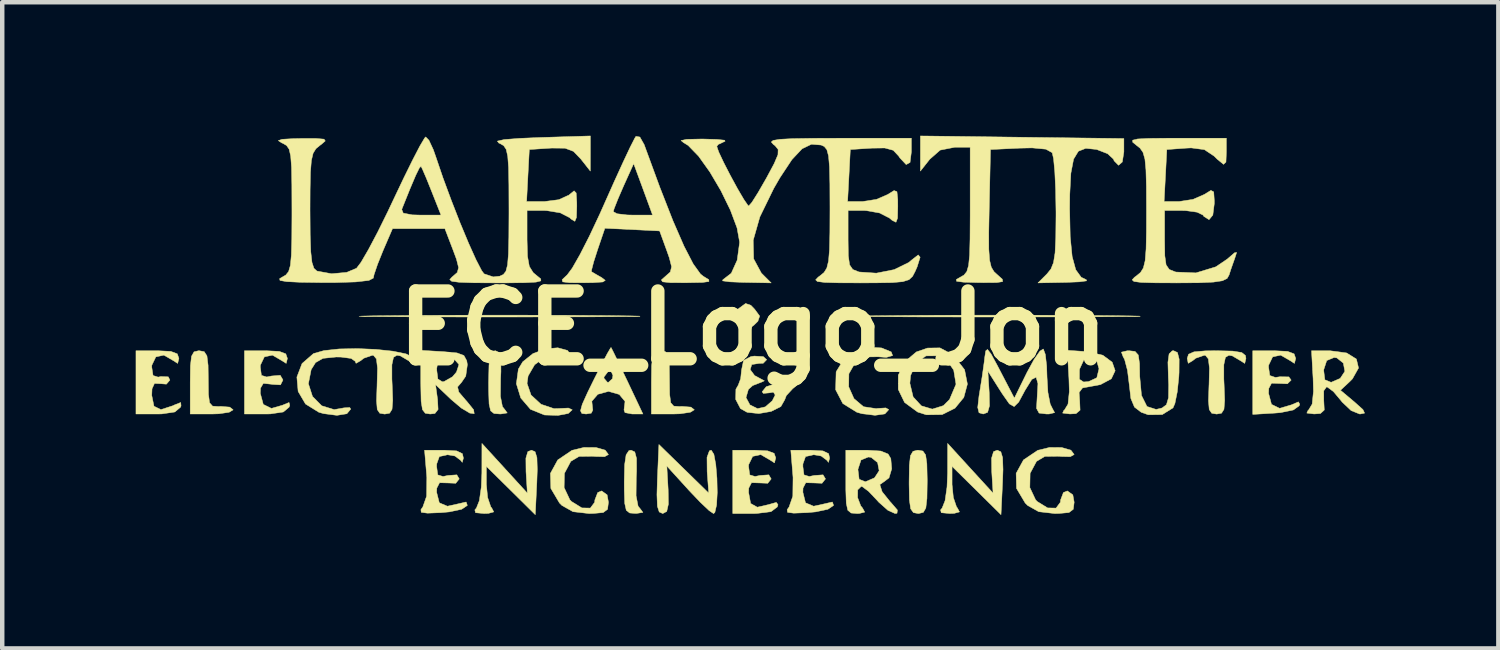
<source format=kicad_pcb>
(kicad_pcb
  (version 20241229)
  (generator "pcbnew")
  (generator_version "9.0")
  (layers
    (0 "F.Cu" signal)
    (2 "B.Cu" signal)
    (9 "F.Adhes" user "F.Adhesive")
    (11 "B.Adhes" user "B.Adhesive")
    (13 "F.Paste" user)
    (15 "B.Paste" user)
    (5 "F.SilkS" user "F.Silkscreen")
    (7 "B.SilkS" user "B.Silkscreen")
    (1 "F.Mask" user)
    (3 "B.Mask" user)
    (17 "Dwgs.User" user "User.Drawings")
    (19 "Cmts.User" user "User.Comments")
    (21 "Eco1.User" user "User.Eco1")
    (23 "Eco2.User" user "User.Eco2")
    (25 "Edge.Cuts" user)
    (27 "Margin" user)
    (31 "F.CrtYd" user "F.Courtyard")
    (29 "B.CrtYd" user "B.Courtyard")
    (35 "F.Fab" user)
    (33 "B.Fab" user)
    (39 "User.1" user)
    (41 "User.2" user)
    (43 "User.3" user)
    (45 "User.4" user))
  (footprint "ECE_Logo_Jon"
    (layer "F.Cu")
    (at 13.873 4.323)
    (property "Reference" "ECE_Logo_Jon" (at 0 0 0) (layer "F.SilkS") (effects (font (size 1.524 1.524) (thickness 0.3))))
    (attr through_hole)
    (fp_poly (pts (xy -0.052 -0.514) (xy 0.035 -0.424) (xy 0.147 -0.271) (xy 0.107 -0.154) (xy 0.017 -0.066) (xy -0.136 0.046) (xy -0.253 0.006) (xy -0.34 -0.084) (xy -0.452 -0.237) (xy -0.412 -0.354) (xy -0.322 -0.442) (xy -0.169 -0.554) (xy -0.052 -0.514)) (stroke (width 0.01) (type solid)) (fill yes) (layer "F.SilkS"))
    (fp_poly (pts (xy -5.707 0.547) (xy -5.668 0.69) (xy -5.667 0.98) (xy -5.674 1.131) (xy -5.678 1.532) (xy -5.633 1.764) (xy -5.572 1.841) (xy -5.525 1.906) (xy -5.668 1.929) (xy -5.69 1.929) (xy -5.822 1.919) (xy -5.898 1.859) (xy -5.933 1.704) (xy -5.943 1.41) (xy -5.944 1.219) (xy -5.935 0.833) (xy -5.902 0.612) (xy -5.839 0.518) (xy -5.791 0.508) (xy -5.707 0.547)) (stroke (width 0.01) (type solid)) (fill yes) (layer "F.SilkS"))
    (fp_poly (pts (xy -2.659 2.782) (xy -2.62 2.926) (xy -2.619 3.215) (xy -2.626 3.366) (xy -2.63 3.767) (xy -2.585 4) (xy -2.524 4.076) (xy -2.477 4.141) (xy -2.62 4.164) (xy -2.642 4.164) (xy -2.774 4.154) (xy -2.85 4.094) (xy -2.885 3.939) (xy -2.895 3.645) (xy -2.896 3.454) (xy -2.887 3.068) (xy -2.854 2.847) (xy -2.791 2.753) (xy -2.743 2.743) (xy -2.659 2.782)) (stroke (width 0.01) (type solid)) (fill yes) (layer "F.SilkS"))
    (fp_poly (pts (xy 3.815 2.762) (xy 3.876 2.849) (xy 3.904 3.046) (xy 3.912 3.398) (xy 3.912 3.454) (xy 3.906 3.828) (xy 3.881 4.042) (xy 3.825 4.14) (xy 3.725 4.165) (xy 3.708 4.166) (xy 3.602 4.146) (xy 3.54 4.06) (xy 3.512 3.863) (xy 3.505 3.511) (xy 3.505 3.454) (xy 3.511 3.081) (xy 3.535 2.867) (xy 3.592 2.769) (xy 3.692 2.743) (xy 3.708 2.743) (xy 3.815 2.762)) (stroke (width 0.01) (type solid)) (fill yes) (layer "F.SilkS"))
    (fp_poly (pts (xy -12.334 0.529) (xy -12.273 0.624) (xy -12.247 0.837) (xy -12.243 1.143) (xy -12.239 1.489) (xy -12.214 1.677) (xy -12.147 1.753) (xy -12.017 1.762) (xy -11.963 1.759) (xy -11.761 1.775) (xy -11.684 1.835) (xy -11.775 1.891) (xy -12.007 1.925) (xy -12.167 1.93) (xy -12.649 1.93) (xy -12.649 1.219) (xy -12.644 0.845) (xy -12.619 0.631) (xy -12.563 0.533) (xy -12.462 0.508) (xy -12.446 0.508) (xy -12.334 0.529)) (stroke (width 0.01) (type solid)) (fill yes) (layer "F.SilkS"))
    (fp_poly (pts (xy -1.971 0.529) (xy -1.91 0.624) (xy -1.884 0.837) (xy -1.88 1.143) (xy -1.876 1.489) (xy -1.851 1.677) (xy -1.783 1.753) (xy -1.653 1.762) (xy -1.6 1.759) (xy -1.398 1.775) (xy -1.321 1.835) (xy -1.412 1.891) (xy -1.644 1.925) (xy -1.803 1.93) (xy -2.286 1.93) (xy -2.286 1.219) (xy -2.281 0.845) (xy -2.256 0.631) (xy -2.199 0.533) (xy -2.099 0.508) (xy -2.083 0.508) (xy -1.971 0.529)) (stroke (width 0.01) (type solid)) (fill yes) (layer "F.SilkS"))
    (fp_poly (pts (xy -4.183 -0.288) (xy -3.249 -0.281) (xy -3.124 -0.279) (xy -2.738 -0.274) (xy -2.547 -0.269) (xy -2.543 -0.264) (xy -2.717 -0.26) (xy -3.062 -0.257) (xy -3.57 -0.254) (xy -4.231 -0.252) (xy -5.039 -0.251) (xy -5.69 -0.25) (xy -6.595 -0.251) (xy -7.36 -0.252) (xy -7.977 -0.255) (xy -8.437 -0.258) (xy -8.732 -0.261) (xy -8.854 -0.266) (xy -8.795 -0.27) (xy -8.547 -0.276) (xy -8.255 -0.279) (xy -7.345 -0.287) (xy -6.31 -0.291) (xy -5.23 -0.291) (xy -4.183 -0.288)) (stroke (width 0.01) (type solid)) (fill yes) (layer "F.SilkS"))
    (fp_poly (pts (xy 6.983 -0.288) (xy 7.932 -0.281) (xy 8.103 -0.279) (xy 8.493 -0.274) (xy 8.689 -0.269) (xy 8.698 -0.264) (xy 8.528 -0.26) (xy 8.187 -0.257) (xy 7.683 -0.254) (xy 7.025 -0.252) (xy 6.22 -0.251) (xy 5.486 -0.25) (xy 4.572 -0.251) (xy 3.797 -0.252) (xy 3.17 -0.255) (xy 2.7 -0.258) (xy 2.395 -0.261) (xy 2.261 -0.265) (xy 2.309 -0.27) (xy 2.545 -0.275) (xy 2.87 -0.279) (xy 3.789 -0.287) (xy 4.833 -0.291) (xy 5.923 -0.291) (xy 6.983 -0.288)) (stroke (width 0.01) (type solid)) (fill yes) (layer "F.SilkS"))
    (fp_poly (pts (xy 2.885 0.445) (xy 3.103 0.534) (xy 3.135 0.617) (xy 2.992 0.658) (xy 2.812 0.644) (xy 2.49 0.648) (xy 2.304 0.759) (xy 2.152 1.025) (xy 2.148 1.319) (xy 2.266 1.584) (xy 2.481 1.766) (xy 2.766 1.809) (xy 2.79 1.805) (xy 2.981 1.793) (xy 3.048 1.831) (xy 2.961 1.927) (xy 2.74 1.959) (xy 2.447 1.923) (xy 2.332 1.891) (xy 2.016 1.695) (xy 1.854 1.384) (xy 1.865 0.989) (xy 1.868 0.977) (xy 2.024 0.722) (xy 2.309 0.527) (xy 2.647 0.431) (xy 2.885 0.445)) (stroke (width 0.01) (type solid)) (fill yes) (layer "F.SilkS"))
    (fp_poly (pts (xy -5.583 3.15) (xy -5.073 3.708) (xy -5.103 3.226) (xy -5.106 2.922) (xy -5.062 2.775) (xy -4.979 2.743) (xy -4.899 2.778) (xy -4.858 2.91) (xy -4.85 3.177) (xy -4.86 3.467) (xy -4.895 4.192) (xy -5.444 3.649) (xy -5.994 3.106) (xy -5.994 3.514) (xy -5.966 3.805) (xy -5.895 4.015) (xy -5.872 4.044) (xy -5.828 4.13) (xy -5.949 4.163) (xy -6.045 4.166) (xy -6.237 4.148) (xy -6.253 4.085) (xy -6.218 4.044) (xy -6.152 3.878) (xy -6.108 3.57) (xy -6.095 3.256) (xy -6.094 2.591) (xy -5.583 3.15)) (stroke (width 0.01) (type solid)) (fill yes) (layer "F.SilkS"))
    (fp_poly (pts (xy 4.881 3.15) (xy 5.392 3.708) (xy 5.362 3.226) (xy 5.358 2.922) (xy 5.403 2.775) (xy 5.486 2.743) (xy 5.566 2.778) (xy 5.606 2.91) (xy 5.615 3.177) (xy 5.605 3.467) (xy 5.57 4.192) (xy 5.02 3.649) (xy 4.47 3.106) (xy 4.47 3.514) (xy 4.499 3.805) (xy 4.57 4.015) (xy 4.592 4.044) (xy 4.637 4.13) (xy 4.516 4.163) (xy 4.42 4.166) (xy 4.228 4.148) (xy 4.212 4.085) (xy 4.247 4.044) (xy 4.313 3.878) (xy 4.357 3.57) (xy 4.37 3.256) (xy 4.371 2.591) (xy 4.881 3.15)) (stroke (width 0.01) (type solid)) (fill yes) (layer "F.SilkS"))
    (fp_poly (pts (xy -4.169 0.502) (xy -4.066 0.653) (xy -4.064 0.683) (xy -4.092 0.793) (xy -4.186 0.732) (xy -4.419 0.618) (xy -4.679 0.659) (xy -4.909 0.822) (xy -5.056 1.075) (xy -5.08 1.242) (xy -4.99 1.504) (xy -4.766 1.711) (xy -4.476 1.809) (xy -4.359 1.806) (xy -4.15 1.796) (xy -4.064 1.835) (xy -4.154 1.918) (xy -4.383 1.961) (xy -4.687 1.952) (xy -4.688 1.952) (xy -5.002 1.825) (xy -5.221 1.57) (xy -5.32 1.249) (xy -5.275 0.921) (xy -5.177 0.757) (xy -4.948 0.573) (xy -4.666 0.466) (xy -4.388 0.442) (xy -4.169 0.502)) (stroke (width 0.01) (type solid)) (fill yes) (layer "F.SilkS"))
    (fp_poly (pts (xy -1.557 3.161) (xy -0.997 3.708) (xy -1.033 3.226) (xy -1.036 2.904) (xy -0.983 2.758) (xy -0.941 2.743) (xy -0.882 2.834) (xy -0.839 3.064) (xy -0.813 3.372) (xy -0.806 3.696) (xy -0.821 3.974) (xy -0.86 4.143) (xy -0.889 4.168) (xy -0.99 4.099) (xy -1.185 3.915) (xy -1.432 3.656) (xy -1.452 3.634) (xy -1.939 3.099) (xy -1.909 3.632) (xy -1.904 3.955) (xy -1.941 4.119) (xy -2.029 4.166) (xy -2.032 4.166) (xy -2.11 4.131) (xy -2.151 4.003) (xy -2.161 3.742) (xy -2.151 3.39) (xy -2.117 2.615) (xy -1.557 3.161)) (stroke (width 0.01) (type solid)) (fill yes) (layer "F.SilkS"))
    (fp_poly (pts (xy 0.327 2.758) (xy 0.472 2.813) (xy 0.508 2.916) (xy 0.48 3.028) (xy 0.386 2.967) (xy 0.172 2.842) (xy -0.01 2.882) (xy -0.1 3.067) (xy -0.102 3.11) (xy -0.076 3.298) (xy 0.043 3.334) (xy 0.152 3.311) (xy 0.352 3.297) (xy 0.406 3.388) (xy 0.329 3.486) (xy 0.152 3.479) (xy -0.036 3.473) (xy -0.098 3.594) (xy -0.102 3.691) (xy -0.056 3.94) (xy 0.094 4.024) (xy 0.342 3.967) (xy 0.521 3.916) (xy 0.559 3.968) (xy 0.543 4.018) (xy 0.402 4.124) (xy 0.078 4.165) (xy 0.015 4.166) (xy -0.457 4.166) (xy -0.457 2.743) (xy 0.025 2.743) (xy 0.327 2.758)) (stroke (width 0.01) (type solid)) (fill yes) (layer "F.SilkS"))
    (fp_poly (pts (xy 12.011 0.523) (xy 12.156 0.578) (xy 12.192 0.681) (xy 12.164 0.793) (xy 12.07 0.732) (xy 11.855 0.607) (xy 11.674 0.646) (xy 11.584 0.833) (xy 11.582 0.875) (xy 11.61 1.065) (xy 11.735 1.108) (xy 11.836 1.093) (xy 12.038 1.096) (xy 12.09 1.168) (xy 12.006 1.251) (xy 11.836 1.244) (xy 11.65 1.237) (xy 11.587 1.355) (xy 11.582 1.465) (xy 11.648 1.713) (xy 11.83 1.802) (xy 12.094 1.725) (xy 12.253 1.657) (xy 12.282 1.707) (xy 12.272 1.743) (xy 12.142 1.838) (xy 11.85 1.899) (xy 11.727 1.909) (xy 11.227 1.939) (xy 11.227 0.508) (xy 11.709 0.508) (xy 12.011 0.523)) (stroke (width 0.01) (type solid)) (fill yes) (layer "F.SilkS"))
    (fp_poly (pts (xy -13.084 0.523) (xy -12.939 0.578) (xy -12.903 0.681) (xy -12.931 0.793) (xy -13.025 0.732) (xy -13.24 0.607) (xy -13.421 0.646) (xy -13.511 0.833) (xy -13.513 0.875) (xy -13.484 1.065) (xy -13.369 1.101) (xy -13.31 1.088) (xy -13.141 1.095) (xy -13.106 1.168) (xy -13.184 1.259) (xy -13.31 1.249) (xy -13.452 1.243) (xy -13.507 1.363) (xy -13.513 1.512) (xy -13.463 1.755) (xy -13.307 1.831) (xy -13.036 1.743) (xy -13 1.725) (xy -12.862 1.671) (xy -12.855 1.747) (xy -12.866 1.776) (xy -12.994 1.884) (xy -13.287 1.928) (xy -13.397 1.93) (xy -13.868 1.93) (xy -13.868 0.508) (xy -13.386 0.508) (xy -13.084 0.523)) (stroke (width 0.01) (type solid)) (fill yes) (layer "F.SilkS"))
    (fp_poly (pts (xy -3.53 2.683) (xy -3.323 2.743) (xy -3.251 2.84) (xy -3.338 2.889) (xy -3.552 2.884) (xy -3.589 2.879) (xy -3.911 2.883) (xy -4.097 2.994) (xy -4.24 3.263) (xy -4.247 3.583) (xy -4.117 3.859) (xy -4.081 3.896) (xy -3.848 4.04) (xy -3.658 4.044) (xy -3.56 3.912) (xy -3.556 3.861) (xy -3.492 3.695) (xy -3.404 3.658) (xy -3.281 3.746) (xy -3.251 3.912) (xy -3.271 4.071) (xy -3.368 4.144) (xy -3.597 4.165) (xy -3.691 4.166) (xy -4.047 4.125) (xy -4.296 3.985) (xy -4.351 3.93) (xy -4.545 3.602) (xy -4.555 3.264) (xy -4.39 2.962) (xy -4.07 2.746) (xy -3.802 2.681) (xy -3.53 2.683)) (stroke (width 0.01) (type solid)) (fill yes) (layer "F.SilkS"))
    (fp_poly (pts (xy 4.452 0.578) (xy 4.522 0.635) (xy 4.752 0.936) (xy 4.815 1.257) (xy 4.734 1.558) (xy 4.536 1.799) (xy 4.247 1.943) (xy 3.893 1.948) (xy 3.698 1.886) (xy 3.403 1.67) (xy 3.261 1.377) (xy 3.261 1.239) (xy 3.522 1.239) (xy 3.596 1.546) (xy 3.781 1.747) (xy 4.026 1.82) (xy 4.275 1.742) (xy 4.414 1.603) (xy 4.559 1.261) (xy 4.507 0.943) (xy 4.404 0.795) (xy 4.145 0.622) (xy 3.885 0.624) (xy 3.668 0.778) (xy 3.539 1.063) (xy 3.522 1.239) (xy 3.261 1.239) (xy 3.262 1.058) (xy 3.401 0.761) (xy 3.668 0.535) (xy 3.92 0.448) (xy 4.198 0.444) (xy 4.452 0.578)) (stroke (width 0.01) (type solid)) (fill yes) (layer "F.SilkS"))
    (fp_poly (pts (xy 6.935 2.683) (xy 7.141 2.743) (xy 7.214 2.84) (xy 7.126 2.889) (xy 6.913 2.884) (xy 6.876 2.879) (xy 6.554 2.883) (xy 6.368 2.994) (xy 6.224 3.263) (xy 6.218 3.583) (xy 6.348 3.859) (xy 6.383 3.896) (xy 6.617 4.04) (xy 6.807 4.044) (xy 6.905 3.912) (xy 6.909 3.861) (xy 6.972 3.695) (xy 7.061 3.658) (xy 7.184 3.746) (xy 7.214 3.912) (xy 7.194 4.071) (xy 7.097 4.144) (xy 6.868 4.165) (xy 6.774 4.166) (xy 6.418 4.125) (xy 6.169 3.985) (xy 6.114 3.93) (xy 5.919 3.602) (xy 5.91 3.264) (xy 6.075 2.962) (xy 6.395 2.746) (xy 6.662 2.681) (xy 6.935 2.683)) (stroke (width 0.01) (type solid)) (fill yes) (layer "F.SilkS"))
    (fp_poly (pts (xy -10.646 0.523) (xy -10.501 0.578) (xy -10.465 0.681) (xy -10.492 0.793) (xy -10.587 0.732) (xy -10.801 0.607) (xy -10.983 0.646) (xy -11.072 0.832) (xy -11.074 0.875) (xy -11.049 1.062) (xy -10.93 1.098) (xy -10.82 1.076) (xy -10.626 1.06) (xy -10.567 1.16) (xy -10.566 1.168) (xy -10.62 1.275) (xy -10.807 1.264) (xy -10.82 1.261) (xy -11.006 1.241) (xy -11.069 1.348) (xy -11.074 1.465) (xy -11.007 1.714) (xy -10.824 1.804) (xy -10.577 1.733) (xy -10.428 1.671) (xy -10.412 1.733) (xy -10.427 1.776) (xy -10.556 1.884) (xy -10.849 1.928) (xy -10.958 1.93) (xy -11.43 1.93) (xy -11.43 0.508) (xy -10.947 0.508) (xy -10.646 0.523)) (stroke (width 0.01) (type solid)) (fill yes) (layer "F.SilkS"))
    (fp_poly (pts (xy 7.508 0.529) (xy 7.858 0.609) (xy 8.069 0.766) (xy 8.135 0.957) (xy 8.049 1.139) (xy 7.804 1.27) (xy 7.625 1.303) (xy 7.401 1.344) (xy 7.325 1.446) (xy 7.338 1.633) (xy 7.347 1.843) (xy 7.256 1.921) (xy 7.12 1.929) (xy 6.955 1.909) (xy 6.982 1.849) (xy 6.995 1.841) (xy 7.076 1.708) (xy 7.105 1.426) (xy 7.097 1.15) (xy 7.332 1.15) (xy 7.425 1.21) (xy 7.536 1.202) (xy 7.723 1.116) (xy 7.772 0.914) (xy 7.713 0.707) (xy 7.578 0.642) (xy 7.431 0.714) (xy 7.337 0.918) (xy 7.333 0.948) (xy 7.332 1.15) (xy 7.097 1.15) (xy 7.096 1.126) (xy 7.061 0.499) (xy 7.508 0.529)) (stroke (width 0.01) (type solid)) (fill yes) (layer "F.SilkS"))
    (fp_poly (pts (xy 10.776 0.516) (xy 10.979 0.548) (xy 11.063 0.615) (xy 11.074 0.681) (xy 11.047 0.793) (xy 10.952 0.732) (xy 10.767 0.623) (xy 10.69 0.61) (xy 10.613 0.657) (xy 10.577 0.823) (xy 10.577 1.144) (xy 10.583 1.27) (xy 10.596 1.626) (xy 10.58 1.825) (xy 10.525 1.912) (xy 10.418 1.931) (xy 10.414 1.931) (xy 10.305 1.913) (xy 10.249 1.829) (xy 10.232 1.634) (xy 10.244 1.283) (xy 10.245 1.27) (xy 10.254 0.898) (xy 10.229 0.691) (xy 10.165 0.613) (xy 10.138 0.61) (xy 9.946 0.676) (xy 9.876 0.732) (xy 9.777 0.791) (xy 9.754 0.681) (xy 9.785 0.586) (xy 9.907 0.533) (xy 10.162 0.511) (xy 10.414 0.508) (xy 10.776 0.516)) (stroke (width 0.01) (type solid)) (fill yes) (layer "F.SilkS"))
    (fp_poly (pts (xy 9.535 0.548) (xy 9.573 0.697) (xy 9.571 0.996) (xy 9.566 1.092) (xy 9.531 1.431) (xy 9.478 1.693) (xy 9.435 1.792) (xy 9.193 1.943) (xy 8.878 1.947) (xy 8.721 1.891) (xy 8.569 1.775) (xy 8.488 1.581) (xy 8.452 1.27) (xy 8.412 0.95) (xy 8.348 0.706) (xy 8.312 0.638) (xy 8.276 0.54) (xy 8.411 0.508) (xy 8.446 0.508) (xy 8.583 0.524) (xy 8.655 0.604) (xy 8.683 0.797) (xy 8.687 1.08) (xy 8.727 1.513) (xy 8.85 1.761) (xy 9.056 1.827) (xy 9.19 1.794) (xy 9.288 1.72) (xy 9.334 1.564) (xy 9.338 1.276) (xy 9.331 1.117) (xy 9.321 0.768) (xy 9.347 0.58) (xy 9.416 0.511) (xy 9.449 0.508) (xy 9.535 0.548)) (stroke (width 0.01) (type solid)) (fill yes) (layer "F.SilkS"))
    (fp_poly (pts (xy -6.661 2.759) (xy -6.533 2.821) (xy -6.51 2.921) (xy -6.536 3.017) (xy -6.57 2.972) (xy -6.7 2.874) (xy -6.866 2.845) (xy -7.051 2.886) (xy -7.11 3.051) (xy -7.112 3.11) (xy -7.086 3.298) (xy -6.968 3.334) (xy -6.858 3.311) (xy -6.658 3.297) (xy -6.604 3.388) (xy -6.682 3.486) (xy -6.858 3.479) (xy -7.046 3.474) (xy -7.108 3.595) (xy -7.112 3.688) (xy -7.052 3.925) (xy -6.869 4.002) (xy -6.621 3.947) (xy -6.449 3.907) (xy -6.423 3.979) (xy -6.425 3.987) (xy -6.549 4.07) (xy -6.825 4.129) (xy -7.01 4.146) (xy -7.317 4.158) (xy -7.457 4.139) (xy -7.465 4.079) (xy -7.422 4.019) (xy -7.337 3.777) (xy -7.332 3.356) (xy -7.336 3.302) (xy -7.383 2.743) (xy -6.943 2.743) (xy -6.661 2.759)) (stroke (width 0.01) (type solid)) (fill yes) (layer "F.SilkS"))
    (fp_poly (pts (xy -3.143 0.531) (xy -3.029 0.765) (xy -2.873 1.092) (xy -2.824 1.194) (xy -2.476 1.93) (xy -2.717 1.93) (xy -2.879 1.899) (xy -2.901 1.838) (xy -2.878 1.647) (xy -3.008 1.49) (xy -3.245 1.422) (xy -3.251 1.422) (xy -3.49 1.487) (xy -3.624 1.643) (xy -3.604 1.834) (xy -3.601 1.838) (xy -3.637 1.911) (xy -3.752 1.93) (xy -3.848 1.918) (xy -3.879 1.857) (xy -3.839 1.711) (xy -3.719 1.445) (xy -3.585 1.172) (xy -3.561 1.124) (xy -3.353 1.124) (xy -3.275 1.216) (xy -3.251 1.219) (xy -3.162 1.137) (xy -3.15 1.061) (xy -3.199 0.956) (xy -3.251 0.965) (xy -3.349 1.095) (xy -3.353 1.124) (xy -3.561 1.124) (xy -3.412 0.829) (xy -3.277 0.572) (xy -3.201 0.443) (xy -3.192 0.435) (xy -3.143 0.531)) (stroke (width 0.01) (type solid)) (fill yes) (layer "F.SilkS"))
    (fp_poly (pts (xy 1.569 2.759) (xy 1.697 2.821) (xy 1.719 2.921) (xy 1.693 3.017) (xy 1.66 2.972) (xy 1.53 2.874) (xy 1.363 2.845) (xy 1.178 2.886) (xy 1.119 3.051) (xy 1.118 3.11) (xy 1.143 3.298) (xy 1.262 3.334) (xy 1.372 3.311) (xy 1.571 3.297) (xy 1.626 3.388) (xy 1.548 3.486) (xy 1.372 3.479) (xy 1.183 3.474) (xy 1.121 3.595) (xy 1.118 3.688) (xy 1.177 3.925) (xy 1.36 4.002) (xy 1.609 3.947) (xy 1.781 3.907) (xy 1.807 3.979) (xy 1.804 3.987) (xy 1.681 4.07) (xy 1.404 4.129) (xy 1.219 4.146) (xy 0.912 4.158) (xy 0.773 4.139) (xy 0.765 4.079) (xy 0.808 4.019) (xy 0.892 3.777) (xy 0.897 3.356) (xy 0.893 3.302) (xy 0.847 2.743) (xy 1.287 2.743) (xy 1.569 2.759)) (stroke (width 0.01) (type solid)) (fill yes) (layer "F.SilkS"))
    (fp_poly (pts (xy -6.96 0.529) (xy -6.655 0.557) (xy -6.499 0.615) (xy -6.435 0.733) (xy -6.421 0.821) (xy -6.457 1.078) (xy -6.552 1.218) (xy -6.641 1.321) (xy -6.614 1.436) (xy -6.455 1.622) (xy -6.437 1.641) (xy -6.28 1.835) (xy -6.267 1.923) (xy -6.369 1.909) (xy -6.557 1.796) (xy -6.789 1.6) (xy -7.136 1.27) (xy -7.091 1.6) (xy -7.079 1.828) (xy -7.15 1.918) (xy -7.257 1.93) (xy -7.367 1.913) (xy -7.43 1.832) (xy -7.46 1.644) (xy -7.467 1.306) (xy -7.468 1.215) (xy -7.468 0.922) (xy -7.112 0.922) (xy -7.084 1.143) (xy -6.984 1.206) (xy -6.945 1.201) (xy -6.755 1.093) (xy -6.666 0.988) (xy -6.61 0.818) (xy -6.706 0.71) (xy -6.94 0.614) (xy -7.074 0.695) (xy -7.112 0.922) (xy -7.468 0.922) (xy -7.468 0.499) (xy -6.96 0.529)) (stroke (width 0.01) (type solid)) (fill yes) (layer "F.SilkS"))
    (fp_poly (pts (xy 12.959 0.508) (xy 13.336 0.558) (xy 13.556 0.695) (xy 13.604 0.896) (xy 13.467 1.14) (xy 13.406 1.202) (xy 13.198 1.396) (xy 13.516 1.663) (xy 13.703 1.831) (xy 13.74 1.91) (xy 13.643 1.93) (xy 13.629 1.93) (xy 13.438 1.853) (xy 13.235 1.661) (xy 13.208 1.626) (xy 13.039 1.425) (xy 12.902 1.324) (xy 12.885 1.321) (xy 12.822 1.408) (xy 12.823 1.624) (xy 12.823 1.626) (xy 12.834 1.84) (xy 12.748 1.919) (xy 12.606 1.929) (xy 12.442 1.909) (xy 12.469 1.849) (xy 12.481 1.841) (xy 12.562 1.707) (xy 12.591 1.424) (xy 12.583 1.131) (xy 12.572 0.94) (xy 12.82 0.94) (xy 12.847 1.161) (xy 12.988 1.218) (xy 13.193 1.129) (xy 13.297 0.97) (xy 13.262 0.786) (xy 13.117 0.669) (xy 13.054 0.66) (xy 12.889 0.729) (xy 12.82 0.94) (xy 12.572 0.94) (xy 12.548 0.508) (xy 12.959 0.508)) (stroke (width 0.01) (type solid)) (fill yes) (layer "F.SilkS"))
    (fp_poly (pts (xy 0.229 0.64) (xy 0.305 0.709) (xy 0.225 0.791) (xy 0.138 0.792) (xy -0.03 0.818) (xy -0.066 0.932) (xy 0.034 1.066) (xy 0.118 1.111) (xy 0.253 1.184) (xy 0.191 1.213) (xy 0.19 1.213) (xy -0.01 1.291) (xy -0.106 1.377) (xy -0.16 1.56) (xy -0.072 1.724) (xy 0.099 1.809) (xy 0.275 1.769) (xy 0.431 1.632) (xy 0.496 1.503) (xy 0.455 1.438) (xy 0.369 1.454) (xy 0.23 1.467) (xy 0.203 1.43) (xy 0.295 1.316) (xy 0.535 1.241) (xy 0.796 1.222) (xy 0.977 1.235) (xy 0.977 1.288) (xy 0.889 1.361) (xy 0.746 1.516) (xy 0.711 1.608) (xy 0.623 1.763) (xy 0.405 1.872) (xy 0.129 1.92) (xy -0.134 1.892) (xy -0.284 1.808) (xy -0.392 1.601) (xy -0.387 1.373) (xy -0.335 1.283) (xy -0.28 1.137) (xy -0.259 0.936) (xy -0.215 0.726) (xy -0.051 0.64) (xy 0.025 0.628) (xy 0.229 0.64)) (stroke (width 0.01) (type solid)) (fill yes) (layer "F.SilkS"))
    (fp_poly (pts (xy 6.566 0.59) (xy 6.596 0.852) (xy 6.604 1.103) (xy 6.624 1.443) (xy 6.676 1.707) (xy 6.726 1.808) (xy 6.775 1.899) (xy 6.652 1.929) (xy 6.594 1.93) (xy 6.425 1.909) (xy 6.368 1.803) (xy 6.381 1.581) (xy 6.4 1.246) (xy 6.359 1.103) (xy 6.262 1.152) (xy 6.111 1.396) (xy 6.105 1.407) (xy 5.967 1.663) (xy 5.866 1.763) (xy 5.758 1.702) (xy 5.6 1.477) (xy 5.517 1.347) (xy 5.275 0.965) (xy 5.305 1.448) (xy 5.311 1.747) (xy 5.269 1.893) (xy 5.171 1.93) (xy 5.076 1.902) (xy 5.047 1.783) (xy 5.076 1.526) (xy 5.089 1.448) (xy 5.147 1.085) (xy 5.194 0.751) (xy 5.204 0.66) (xy 5.227 0.511) (xy 5.267 0.479) (xy 5.348 0.583) (xy 5.49 0.844) (xy 5.553 0.965) (xy 5.87 1.574) (xy 6.154 0.996) (xy 6.312 0.706) (xy 6.445 0.516) (xy 6.521 0.469) (xy 6.566 0.59)) (stroke (width 0.01) (type solid)) (fill yes) (layer "F.SilkS"))
    (fp_poly (pts (xy 2.87 2.762) (xy 3.034 2.83) (xy 3.094 2.932) (xy 3.114 3.162) (xy 3.053 3.365) (xy 2.938 3.454) (xy 2.936 3.454) (xy 2.847 3.516) (xy 2.899 3.677) (xy 3.08 3.902) (xy 3.094 3.916) (xy 3.242 4.088) (xy 3.233 4.16) (xy 3.189 4.166) (xy 3.028 4.093) (xy 2.825 3.913) (xy 2.778 3.861) (xy 2.593 3.666) (xy 2.451 3.561) (xy 2.429 3.556) (xy 2.35 3.634) (xy 2.348 3.809) (xy 2.419 3.994) (xy 2.459 4.044) (xy 2.508 4.134) (xy 2.385 4.165) (xy 2.332 4.166) (xy 2.202 4.155) (xy 2.127 4.092) (xy 2.093 3.933) (xy 2.083 3.634) (xy 2.083 3.454) (xy 2.083 3.175) (xy 2.355 3.175) (xy 2.382 3.396) (xy 2.523 3.453) (xy 2.728 3.364) (xy 2.832 3.205) (xy 2.797 3.021) (xy 2.652 2.904) (xy 2.589 2.896) (xy 2.424 2.964) (xy 2.355 3.175) (xy 2.083 3.175) (xy 2.083 2.743) (xy 2.559 2.743) (xy 2.87 2.762)) (stroke (width 0.01) (type solid)) (fill yes) (layer "F.SilkS"))
    (fp_poly (pts (xy -8.476 0.478) (xy -8.095 0.518) (xy -7.799 0.579) (xy -7.636 0.658) (xy -7.62 0.695) (xy -7.648 0.796) (xy -7.742 0.732) (xy -7.927 0.623) (xy -8.005 0.61) (xy -8.081 0.657) (xy -8.117 0.823) (xy -8.117 1.144) (xy -8.111 1.27) (xy -8.098 1.626) (xy -8.114 1.825) (xy -8.169 1.912) (xy -8.276 1.931) (xy -8.28 1.931) (xy -8.389 1.913) (xy -8.446 1.829) (xy -8.462 1.634) (xy -8.45 1.283) (xy -8.45 1.27) (xy -8.44 0.898) (xy -8.465 0.691) (xy -8.53 0.613) (xy -8.556 0.61) (xy -8.748 0.676) (xy -8.819 0.732) (xy -8.923 0.791) (xy -8.941 0.746) (xy -9.032 0.681) (xy -9.264 0.65) (xy -9.371 0.649) (xy -9.665 0.679) (xy -9.832 0.774) (xy -9.931 0.932) (xy -9.993 1.249) (xy -9.901 1.535) (xy -9.694 1.745) (xy -9.414 1.831) (xy -9.195 1.792) (xy -9.064 1.784) (xy -9.042 1.82) (xy -9.129 1.924) (xy -9.352 1.96) (xy -9.651 1.921) (xy -9.758 1.891) (xy -10.058 1.705) (xy -10.224 1.422) (xy -10.252 1.1) (xy -10.136 0.796) (xy -9.879 0.572) (xy -9.644 0.505) (xy -9.3 0.468) (xy -8.894 0.46) (xy -8.476 0.478)) (stroke (width 0.01) (type solid)) (fill yes) (layer "F.SilkS"))
    (fp_poly (pts (xy -2.545 -4.294) (xy -2.447 -4.121) (xy -2.442 -4.106) (xy -2.096 -3.164) (xy -1.801 -2.411) (xy -1.552 -1.84) (xy -1.347 -1.444) (xy -1.183 -1.216) (xy -1.118 -1.164) (xy -0.996 -1.089) (xy -0.993 -1.047) (xy -1.136 -1.027) (xy -1.45 -1.021) (xy -1.518 -1.02) (xy -1.862 -1.022) (xy -2.034 -1.04) (xy -2.062 -1.083) (xy -1.976 -1.159) (xy -1.861 -1.261) (xy -1.832 -1.379) (xy -1.884 -1.583) (xy -1.941 -1.744) (xy -2.101 -2.184) (xy -3.331 -2.244) (xy -3.494 -1.765) (xy -3.583 -1.488) (xy -3.63 -1.306) (xy -3.632 -1.268) (xy -3.534 -1.21) (xy -3.404 -1.136) (xy -3.322 -1.073) (xy -3.378 -1.037) (xy -3.598 -1.022) (xy -3.796 -1.019) (xy -4.123 -1.021) (xy -4.279 -1.039) (xy -4.292 -1.088) (xy -4.194 -1.181) (xy -4.179 -1.194) (xy -4.065 -1.347) (xy -3.892 -1.65) (xy -3.68 -2.065) (xy -3.45 -2.554) (xy -3.422 -2.616) (xy -3.143 -2.616) (xy -3.057 -2.57) (xy -2.831 -2.543) (xy -2.704 -2.54) (xy -2.259 -2.54) (xy -2.471 -3.118) (xy -2.684 -3.696) (xy -2.911 -3.194) (xy -3.038 -2.901) (xy -3.123 -2.685) (xy -3.143 -2.616) (xy -3.422 -2.616) (xy -3.343 -2.794) (xy -3.12 -3.294) (xy -2.921 -3.73) (xy -2.762 -4.067) (xy -2.659 -4.269) (xy -2.633 -4.309) (xy -2.545 -4.294)) (stroke (width 0.01) (type solid)) (fill yes) (layer "F.SilkS"))
    (fp_poly (pts (xy 6.045 -4.289) (xy 8.331 -4.26) (xy 8.331 -3.959) (xy 8.296 -3.733) (xy 8.211 -3.659) (xy 8.113 -3.758) (xy 8.095 -3.8) (xy 7.966 -3.919) (xy 7.727 -4.012) (xy 7.71 -4.016) (xy 7.475 -4.04) (xy 7.309 -3.975) (xy 7.201 -3.797) (xy 7.14 -3.479) (xy 7.115 -2.997) (xy 7.112 -2.68) (xy 7.125 -2.055) (xy 7.169 -1.607) (xy 7.25 -1.311) (xy 7.372 -1.143) (xy 7.487 -1.087) (xy 7.493 -1.062) (xy 7.33 -1.04) (xy 7.036 -1.028) (xy 6.401 -1.016) (xy 6.604 -1.219) (xy 6.692 -1.328) (xy 6.75 -1.472) (xy 6.785 -1.692) (xy 6.801 -2.027) (xy 6.806 -2.519) (xy 6.806 -2.616) (xy 6.798 -3.098) (xy 6.779 -3.51) (xy 6.751 -3.808) (xy 6.72 -3.942) (xy 6.578 -4.021) (xy 6.271 -4.05) (xy 5.985 -4.044) (xy 5.334 -4.013) (xy 5.305 -2.692) (xy 5.295 -2.15) (xy 5.296 -1.773) (xy 5.314 -1.525) (xy 5.352 -1.368) (xy 5.415 -1.266) (xy 5.494 -1.194) (xy 5.601 -1.098) (xy 5.606 -1.045) (xy 5.476 -1.024) (xy 5.181 -1.022) (xy 5.066 -1.023) (xy 4.729 -1.032) (xy 4.571 -1.053) (xy 4.567 -1.094) (xy 4.648 -1.14) (xy 4.739 -1.193) (xy 4.802 -1.271) (xy 4.842 -1.41) (xy 4.865 -1.642) (xy 4.874 -2.001) (xy 4.877 -2.523) (xy 4.877 -2.657) (xy 4.877 -4.064) (xy 4.529 -4.064) (xy 4.203 -4) (xy 3.97 -3.796) (xy 3.759 -3.529) (xy 3.759 -3.923) (xy 3.759 -4.318) (xy 6.045 -4.289)) (stroke (width 0.01) (type solid)) (fill yes) (layer "F.SilkS"))
    (fp_poly (pts (xy 10.634 -3.962) (xy 10.625 -3.731) (xy 10.571 -3.68) (xy 10.431 -3.794) (xy 10.358 -3.866) (xy 10.14 -4.011) (xy 9.844 -4.05) (xy 9.723 -4.044) (xy 9.296 -4.013) (xy 9.266 -3.429) (xy 9.235 -2.845) (xy 9.574 -2.845) (xy 9.884 -2.893) (xy 10.137 -3.003) (xy 10.287 -3.095) (xy 10.35 -3.061) (xy 10.363 -2.864) (xy 10.363 -2.8) (xy 10.33 -2.54) (xy 10.245 -2.437) (xy 10.129 -2.51) (xy 10.109 -2.54) (xy 9.976 -2.605) (xy 9.723 -2.64) (xy 9.646 -2.642) (xy 9.246 -2.642) (xy 9.246 -1.983) (xy 9.251 -1.626) (xy 9.28 -1.421) (xy 9.351 -1.318) (xy 9.481 -1.266) (xy 9.503 -1.26) (xy 9.95 -1.241) (xy 10.396 -1.377) (xy 10.654 -1.551) (xy 10.818 -1.693) (xy 10.865 -1.7) (xy 10.825 -1.575) (xy 10.825 -1.575) (xy 10.734 -1.317) (xy 10.695 -1.194) (xy 10.65 -1.115) (xy 10.544 -1.064) (xy 10.342 -1.034) (xy 10.007 -1.019) (xy 9.516 -1.016) (xy 9.03 -1.018) (xy 8.719 -1.027) (xy 8.558 -1.048) (xy 8.517 -1.085) (xy 8.571 -1.144) (xy 8.613 -1.174) (xy 8.706 -1.251) (xy 8.769 -1.352) (xy 8.809 -1.515) (xy 8.83 -1.777) (xy 8.838 -2.173) (xy 8.839 -2.642) (xy 8.837 -3.181) (xy 8.827 -3.555) (xy 8.804 -3.798) (xy 8.761 -3.949) (xy 8.694 -4.045) (xy 8.613 -4.109) (xy 8.529 -4.178) (xy 8.528 -4.223) (xy 8.638 -4.25) (xy 8.886 -4.263) (xy 9.299 -4.267) (xy 9.511 -4.267) (xy 10.634 -4.267) (xy 10.634 -3.962)) (stroke (width 0.01) (type solid)) (fill yes) (layer "F.SilkS"))
    (fp_poly (pts (xy 3.556 -4.267) (xy 3.556 -3.962) (xy 3.526 -3.722) (xy 3.439 -3.675) (xy 3.298 -3.824) (xy 3.271 -3.866) (xy 3.149 -3.996) (xy 2.958 -4.048) (xy 2.663 -4.044) (xy 2.184 -4.013) (xy 2.154 -3.429) (xy 2.123 -2.845) (xy 2.462 -2.845) (xy 2.772 -2.893) (xy 3.025 -3.003) (xy 3.167 -3.091) (xy 3.232 -3.066) (xy 3.25 -2.892) (xy 3.251 -2.733) (xy 3.245 -2.471) (xy 3.21 -2.379) (xy 3.123 -2.423) (xy 3.065 -2.473) (xy 2.84 -2.588) (xy 2.538 -2.641) (xy 2.507 -2.642) (xy 2.134 -2.642) (xy 2.134 -1.983) (xy 2.139 -1.626) (xy 2.168 -1.421) (xy 2.239 -1.318) (xy 2.368 -1.266) (xy 2.388 -1.261) (xy 2.769 -1.235) (xy 3.171 -1.315) (xy 3.499 -1.476) (xy 3.562 -1.53) (xy 3.711 -1.645) (xy 3.753 -1.593) (xy 3.686 -1.378) (xy 3.641 -1.275) (xy 3.582 -1.162) (xy 3.502 -1.088) (xy 3.362 -1.044) (xy 3.122 -1.023) (xy 2.745 -1.017) (xy 2.399 -1.016) (xy 1.914 -1.018) (xy 1.605 -1.027) (xy 1.444 -1.048) (xy 1.405 -1.085) (xy 1.46 -1.144) (xy 1.501 -1.174) (xy 1.593 -1.249) (xy 1.655 -1.348) (xy 1.695 -1.508) (xy 1.716 -1.762) (xy 1.725 -2.149) (xy 1.727 -2.691) (xy 1.725 -3.242) (xy 1.716 -3.623) (xy 1.695 -3.868) (xy 1.657 -4.01) (xy 1.598 -4.082) (xy 1.528 -4.114) (xy 1.311 -4.132) (xy 1.1 -4.03) (xy 0.872 -3.787) (xy 0.605 -3.384) (xy 0.463 -3.138) (xy 0.151 -2.499) (xy 0.002 -1.975) (xy 0.012 -1.557) (xy 0.183 -1.24) (xy 0.203 -1.219) (xy 0.406 -1.016) (xy -0.229 -1.028) (xy -0.524 -1.04) (xy -0.686 -1.062) (xy -0.68 -1.087) (xy -0.491 -1.233) (xy -0.358 -1.527) (xy -0.305 -1.916) (xy -0.305 -1.94) (xy -0.361 -2.251) (xy -0.51 -2.65) (xy -0.723 -3.086) (xy -0.971 -3.507) (xy -1.226 -3.864) (xy -1.46 -4.105) (xy -1.562 -4.167) (xy -1.619 -4.215) (xy -1.493 -4.242) (xy -1.175 -4.249) (xy -1.118 -4.249) (xy -0.813 -4.24) (xy -0.639 -4.222) (xy -0.63 -4.198) (xy -0.635 -4.197) (xy -0.787 -4.125) (xy -0.816 -4.082) (xy -0.773 -3.958) (xy -0.662 -3.722) (xy -0.511 -3.429) (xy -0.35 -3.133) (xy -0.208 -2.891) (xy -0.115 -2.756) (xy -0.1 -2.744) (xy -0.028 -2.826) (xy 0.109 -3.042) (xy 0.284 -3.346) (xy 0.297 -3.368) (xy 0.473 -3.697) (xy 0.558 -3.897) (xy 0.562 -4.015) (xy 0.494 -4.099) (xy 0.453 -4.13) (xy 0.408 -4.182) (xy 0.45 -4.218) (xy 0.603 -4.243) (xy 0.89 -4.258) (xy 1.335 -4.265) (xy 1.911 -4.267) (xy 3.556 -4.267)) (stroke (width 0.01) (type solid)) (fill yes) (layer "F.SilkS"))
    (fp_poly (pts (xy -3.657 -3.923) (xy -3.658 -3.529) (xy -3.872 -3.801) (xy -4.037 -3.972) (xy -4.226 -4.043) (xy -4.522 -4.046) (xy -4.558 -4.044) (xy -5.029 -4.013) (xy -5.06 -3.429) (xy -5.09 -2.845) (xy -4.686 -2.845) (xy -4.367 -2.886) (xy -4.137 -2.991) (xy -4.122 -3.004) (xy -4.022 -3.085) (xy -3.976 -3.037) (xy -3.963 -2.827) (xy -3.962 -2.743) (xy -3.97 -2.487) (xy -4.006 -2.4) (xy -4.09 -2.451) (xy -4.122 -2.482) (xy -4.334 -2.591) (xy -4.644 -2.641) (xy -4.681 -2.642) (xy -5.08 -2.642) (xy -5.08 -1.987) (xy -5.07 -1.615) (xy -5.029 -1.387) (xy -4.941 -1.246) (xy -4.854 -1.174) (xy -4.771 -1.106) (xy -4.77 -1.061) (xy -4.879 -1.034) (xy -5.124 -1.021) (xy -5.532 -1.016) (xy -5.788 -1.016) (xy -6.284 -1.019) (xy -6.603 -1.03) (xy -6.772 -1.052) (xy -6.817 -1.091) (xy -6.766 -1.148) (xy -6.757 -1.155) (xy -6.648 -1.25) (xy -6.618 -1.359) (xy -6.665 -1.547) (xy -6.746 -1.765) (xy -6.926 -2.235) (xy -7.514 -2.235) (xy -8.103 -2.235) (xy -8.319 -1.734) (xy -8.44 -1.432) (xy -8.518 -1.202) (xy -8.534 -1.124) (xy -8.634 -1.072) (xy -8.929 -1.038) (xy -9.411 -1.023) (xy -9.677 -1.023) (xy -10.171 -1.03) (xy -10.482 -1.045) (xy -10.631 -1.071) (xy -10.64 -1.111) (xy -10.592 -1.14) (xy -10.501 -1.193) (xy -10.438 -1.271) (xy -10.398 -1.409) (xy -10.376 -1.641) (xy -10.366 -2) (xy -10.363 -2.521) (xy -10.363 -2.66) (xy -10.365 -3.221) (xy -10.372 -3.612) (xy -10.391 -3.867) (xy -10.426 -4.02) (xy -10.483 -4.103) (xy -10.566 -4.152) (xy -10.592 -4.162) (xy -10.669 -4.213) (xy -10.586 -4.243) (xy -10.325 -4.258) (xy -10.163 -4.261) (xy -9.816 -4.261) (xy -9.642 -4.246) (xy -9.614 -4.206) (xy -9.7 -4.131) (xy -9.731 -4.109) (xy -9.824 -4.032) (xy -9.887 -3.93) (xy -9.926 -3.767) (xy -9.947 -3.505) (xy -9.955 -3.108) (xy -9.957 -2.647) (xy -9.953 -2.097) (xy -9.94 -1.718) (xy -9.913 -1.478) (xy -9.869 -1.344) (xy -9.803 -1.284) (xy -9.796 -1.281) (xy -9.472 -1.222) (xy -9.132 -1.253) (xy -8.911 -1.346) (xy -8.81 -1.48) (xy -8.645 -1.763) (xy -8.435 -2.16) (xy -8.201 -2.634) (xy -8.186 -2.667) (xy -7.896 -2.667) (xy -7.862 -2.584) (xy -7.66 -2.545) (xy -7.48 -2.54) (xy -7.013 -2.54) (xy -7.224 -3.073) (xy -7.343 -3.369) (xy -7.432 -3.575) (xy -7.463 -3.636) (xy -7.5 -3.599) (xy -7.58 -3.436) (xy -7.712 -3.125) (xy -7.896 -2.667) (xy -8.186 -2.667) (xy -8.088 -2.874) (xy -7.856 -3.362) (xy -7.651 -3.778) (xy -7.488 -4.092) (xy -7.383 -4.269) (xy -7.358 -4.297) (xy -7.285 -4.222) (xy -7.186 -4.009) (xy -7.134 -3.861) (xy -6.971 -3.382) (xy -6.782 -2.871) (xy -6.585 -2.367) (xy -6.394 -1.909) (xy -6.227 -1.538) (xy -6.1 -1.293) (xy -6.046 -1.22) (xy -5.839 -1.151) (xy -5.694 -1.167) (xy -5.612 -1.205) (xy -5.555 -1.278) (xy -5.518 -1.421) (xy -5.498 -1.665) (xy -5.489 -2.043) (xy -5.486 -2.589) (xy -5.486 -2.652) (xy -5.488 -3.214) (xy -5.495 -3.607) (xy -5.514 -3.863) (xy -5.549 -4.017) (xy -5.605 -4.1) (xy -5.687 -4.148) (xy -5.715 -4.159) (xy -5.747 -4.202) (xy -5.594 -4.237) (xy -5.248 -4.264) (xy -4.8 -4.283) (xy -3.657 -4.318) (xy -3.657 -3.923)) (stroke (width 0.01) (type solid)) (fill yes) (layer "F.SilkS")))
  (gr_rect
    (start -3 -3)
    (end 30.619 11.52)
    (stroke (width 0.1) (type default))
    (fill no)
    (layer "Edge.Cuts")))
</source>
